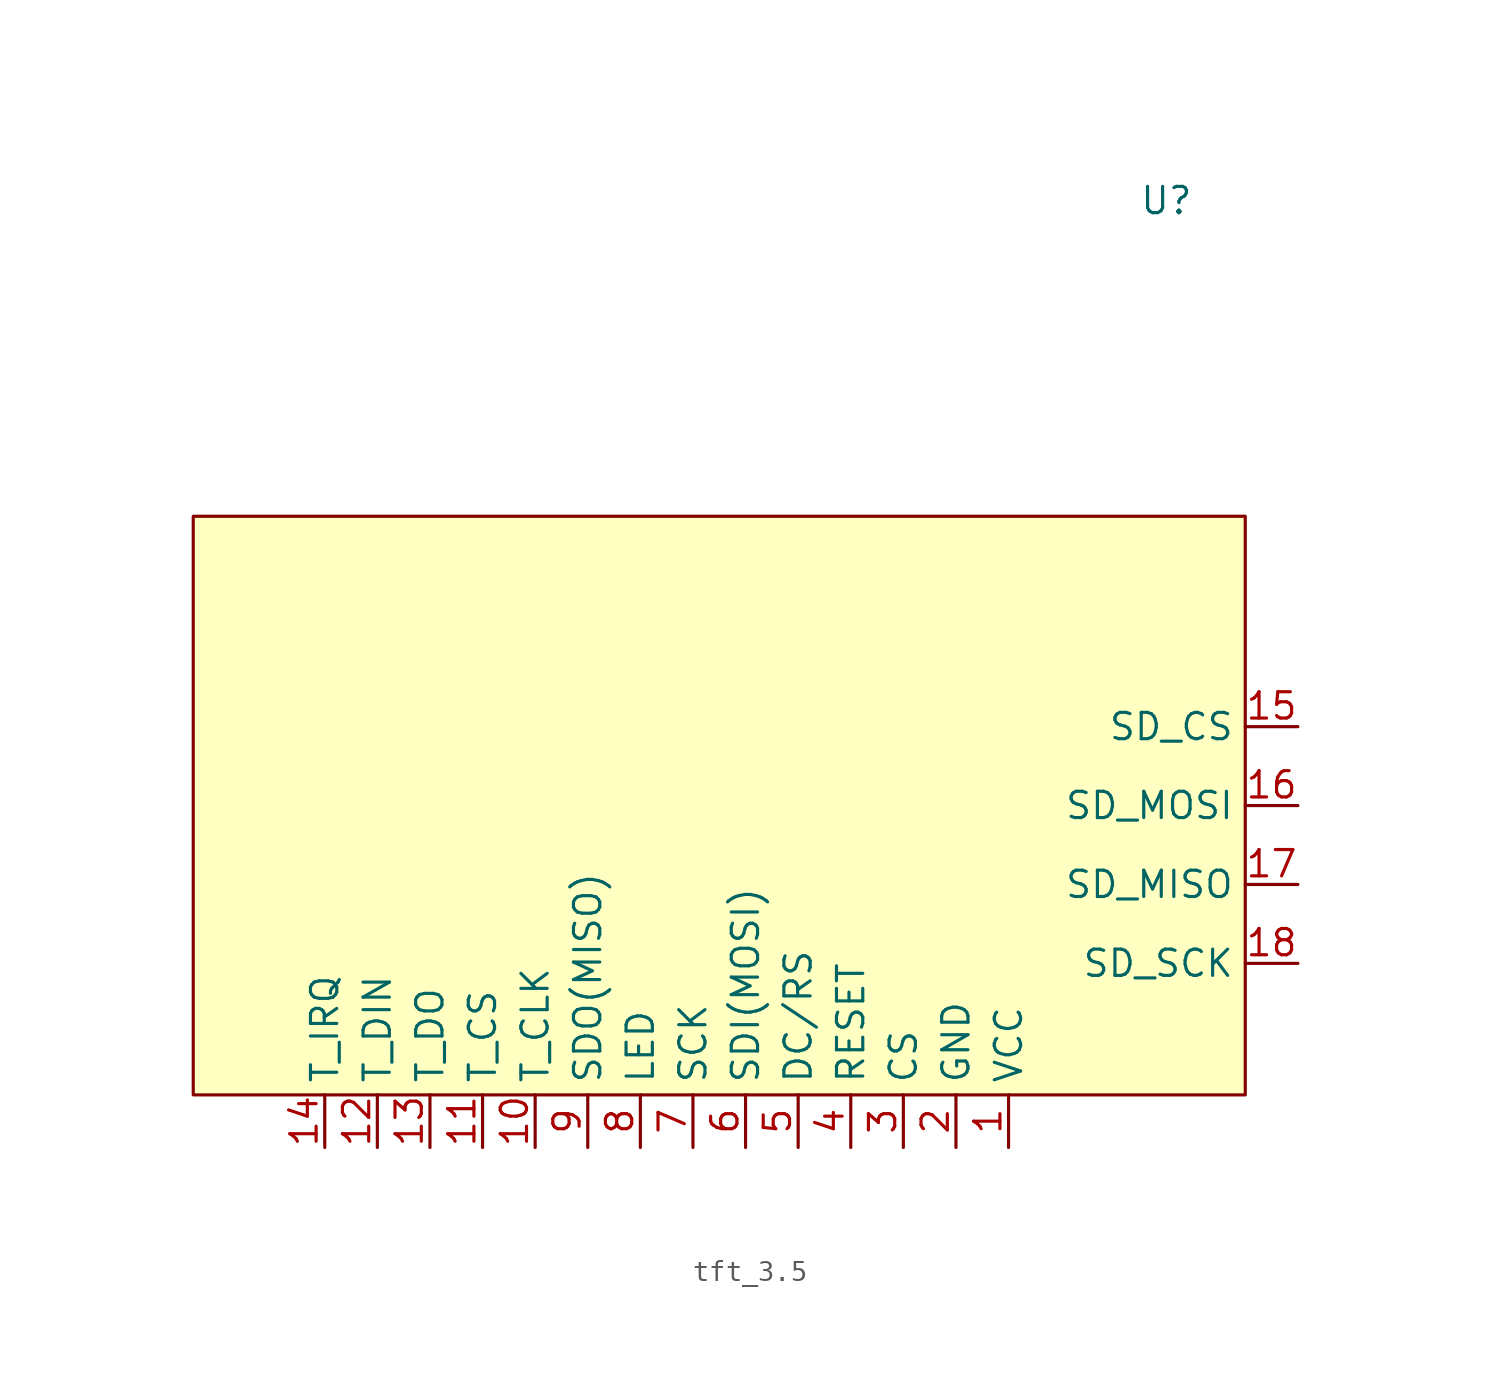
<source format=kicad_sym>
(kicad_symbol_lib
  (version 20241209)
  (generator "kicad_symbol_editor")
  (generator_version "9.0")
  (symbol "tft_3.5"
    (property "Reference" "U"
      (at 0 0 0)
      (effects (font (size 1.27 1.27))))
    (property "Value" ""
      (at 0 0 0)
      (effects (font (size 1.27 1.27))))
    (symbol "tft_3.5_1_1"
      (rectangle (start -46.99 -15.24) (end 3.81 -43.18) (stroke (width 0) (type solid)) (fill (type background)))
      (pin output line (at -40.64 -45.72 90) (length 2.54) (name "T_IRQ" (effects (font (size 1.27 1.27)))) (number "14" (effects (font (size 1.27 1.27)))))
      (pin input line (at -38.1 -45.72 90) (length 2.54) (name "T_DIN" (effects (font (size 1.27 1.27)))) (number "12" (effects (font (size 1.27 1.27)))))
      (pin output line (at -35.56 -45.72 90) (length 2.54) (name "T_DO" (effects (font (size 1.27 1.27)))) (number "13" (effects (font (size 1.27 1.27)))))
      (pin input line (at -33.02 -45.72 90) (length 2.54) (name "T_CS" (effects (font (size 1.27 1.27)))) (number "11" (effects (font (size 1.27 1.27)))))
      (pin input line (at -30.48 -45.72 90) (length 2.54) (name "T_CLK" (effects (font (size 1.27 1.27)))) (number "10" (effects (font (size 1.27 1.27)))))
      (pin bidirectional line (at -27.94 -45.72 90) (length 2.54) (name "SDO(MISO)" (effects (font (size 1.27 1.27)))) (number "9" (effects (font (size 1.27 1.27)))))
      (pin power_in line (at -25.4 -45.72 90) (length 2.54) (name "LED" (effects (font (size 1.27 1.27)))) (number "8" (effects (font (size 1.27 1.27)))))
      (pin input line (at -22.86 -45.72 90) (length 2.54) (name "SCK" (effects (font (size 1.27 1.27)))) (number "7" (effects (font (size 1.27 1.27)))))
      (pin bidirectional line (at -20.32 -45.72 90) (length 2.54) (name "SDI(MOSI)" (effects (font (size 1.27 1.27)))) (number "6" (effects (font (size 1.27 1.27)))))
      (pin bidirectional line (at -17.78 -45.72 90) (length 2.54) (name "DC/RS" (effects (font (size 1.27 1.27)))) (number "5" (effects (font (size 1.27 1.27)))))
      (pin input line (at -15.24 -45.72 90) (length 2.54) (name "RESET" (effects (font (size 1.27 1.27)))) (number "4" (effects (font (size 1.27 1.27)))))
      (pin input line (at -12.7 -45.72 90) (length 2.54) (name "CS" (effects (font (size 1.27 1.27)))) (number "3" (effects (font (size 1.27 1.27)))))
      (pin power_in line (at -10.16 -45.72 90) (length 2.54) (name "GND" (effects (font (size 1.27 1.27)))) (number "2" (effects (font (size 1.27 1.27)))))
      (pin power_in line (at -7.62 -45.72 90) (length 2.54) (name "VCC" (effects (font (size 1.27 1.27)))) (number "1" (effects (font (size 1.27 1.27)))))
      (pin input line (at 6.35 -25.4 180) (length 2.54) (name "SD_CS" (effects (font (size 1.27 1.27)))) (number "15" (effects (font (size 1.27 1.27)))))
      (pin input line (at 6.35 -29.21 180) (length 2.54) (name "SD_MOSI" (effects (font (size 1.27 1.27)))) (number "16" (effects (font (size 1.27 1.27)))))
      (pin input line (at 6.35 -33.02 180) (length 2.54) (name "SD_MISO" (effects (font (size 1.27 1.27)))) (number "17" (effects (font (size 1.27 1.27)))))
      (pin input line (at 6.35 -36.83 180) (length 2.54) (name "SD_SCK" (effects (font (size 1.27 1.27)))) (number "18" (effects (font (size 1.27 1.27))))))))
</source>
